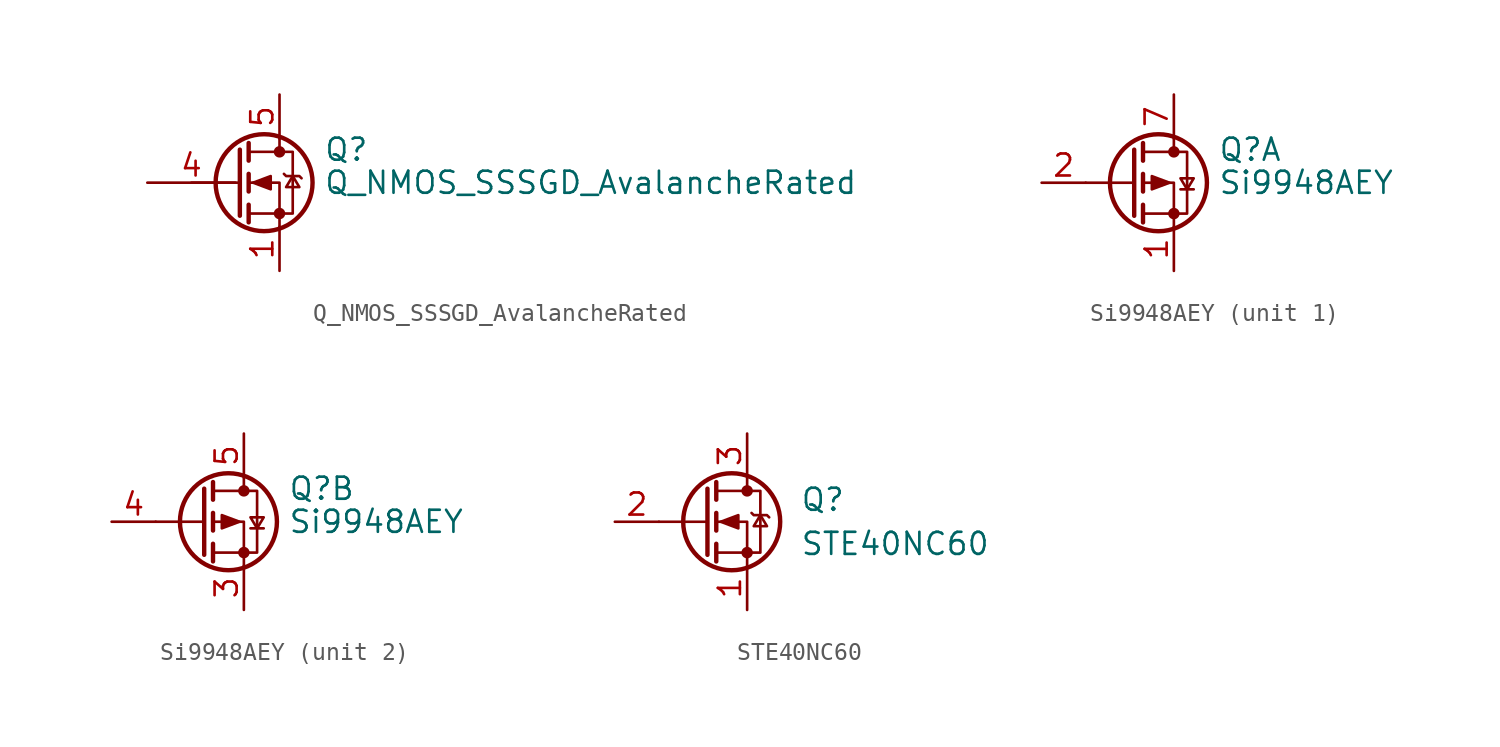
<source format=kicad_sym>
(kicad_symbol_lib
  (version 20241209)
  (generator "kicad_symbol_editor")
  (generator_version "9.0")
  (symbol "Q_NMOS_SSSGD_AvalancheRated"
    (pin_names
      (offset 0)
      (hide yes))
    (property "Reference" "Q"
      (at 5.08 1.905 0)
      (effects (font (size 1.27 1.27)) (justify left)))
    (property "Value" "Q_NMOS_SSSGD_AvalancheRated"
      (at 5.08 0 0)
      (effects (font (size 1.27 1.27)) (justify left)))
    (symbol "Q_NMOS_SSSGD_AvalancheRated_0_1"
      (polyline (pts (xy 0.254 1.905) (xy 0.254 -1.905)) (stroke (width 0.254) (type default)) (fill (type none)))
      (polyline (pts (xy 0.254 0) (xy -2.54 0)) (stroke (width 0) (type default)) (fill (type none)))
      (polyline (pts (xy 0.762 2.286) (xy 0.762 1.27)) (stroke (width 0.254) (type default)) (fill (type none)))
      (polyline (pts (xy 0.762 0.508) (xy 0.762 -0.508)) (stroke (width 0.254) (type default)) (fill (type none)))
      (polyline (pts (xy 0.762 -1.27) (xy 0.762 -2.286)) (stroke (width 0.254) (type default)) (fill (type none)))
      (polyline (pts (xy 0.762 -1.778) (xy 3.302 -1.778) (xy 3.302 1.778) (xy 0.762 1.778)) (stroke (width 0) (type default)) (fill (type none)))
      (polyline (pts (xy 1.016 0) (xy 2.032 0.381) (xy 2.032 -0.381) (xy 1.016 0)) (stroke (width 0) (type default)) (fill (type outline)))
      (circle (center 1.651 0) (radius 2.794) (stroke (width 0.254) (type default)) (fill (type none)))
      (polyline (pts (xy 2.54 2.54) (xy 2.54 1.778)) (stroke (width 0) (type default)) (fill (type none)))
      (circle (center 2.54 1.778) (radius 0.254) (stroke (width 0) (type default)) (fill (type outline)))
      (circle (center 2.54 -1.778) (radius 0.254) (stroke (width 0) (type default)) (fill (type outline)))
      (polyline (pts (xy 2.54 -2.54) (xy 2.54 0) (xy 0.762 0)) (stroke (width 0) (type default)) (fill (type none)))
      (polyline (pts (xy 2.794 0.508) (xy 2.921 0.381) (xy 3.683 0.381) (xy 3.81 0.254)) (stroke (width 0) (type default)) (fill (type none)))
      (polyline (pts (xy 3.302 0.381) (xy 2.921 -0.254) (xy 3.683 -0.254) (xy 3.302 0.381)) (stroke (width 0) (type default)) (fill (type none))))
    (symbol "Q_NMOS_SSSGD_AvalancheRated_1_1"
      (pin input line (at -5.08 0 0) (length 5.08) (name "G" (effects (font (size 1.27 1.27)))) (number "4" (effects (font (size 1.27 1.27)))))
      (pin passive line (at 2.54 5.08 270) (length 2.54) (name "D" (effects (font (size 1.27 1.27)))) (number "5" (effects (font (size 1.27 1.27)))))
      (pin passive line (at 2.54 -5.08 90) (length 2.54) (name "S" (effects (font (size 1.27 1.27)))) (number "1" (effects (font (size 1.27 1.27)))))
      (pin passive line (at 2.54 -5.08 90) (length 2.54) (hide yes) (name "S" (effects (font (size 1.27 1.27)))) (number "2" (effects (font (size 1.27 1.27)))))
      (pin passive line (at 2.54 -5.08 90) (length 2.54) (hide yes) (name "S" (effects (font (size 1.27 1.27)))) (number "3" (effects (font (size 1.27 1.27)))))))
  (symbol "Si9948AEY"
    (pin_names
      (hide yes))
    (property "Reference" "Q"
      (at 5.08 1.905 0)
      (effects (font (size 1.27 1.27)) (justify left)))
    (property "Value" "Si9948AEY"
      (at 5.08 0 0)
      (effects (font (size 1.27 1.27)) (justify left)))
    (symbol "Si9948AEY_0_1"
      (polyline (pts (xy 0.254 1.905) (xy 0.254 -1.905)) (stroke (width 0.254) (type default)) (fill (type none)))
      (polyline (pts (xy 0.254 0) (xy -2.54 0)) (stroke (width 0) (type default)) (fill (type none)))
      (polyline (pts (xy 0.762 2.286) (xy 0.762 1.27)) (stroke (width 0.254) (type default)) (fill (type none)))
      (polyline (pts (xy 0.762 1.778) (xy 3.302 1.778) (xy 3.302 -1.778) (xy 0.762 -1.778)) (stroke (width 0) (type default)) (fill (type none)))
      (polyline (pts (xy 0.762 0.508) (xy 0.762 -0.508)) (stroke (width 0.254) (type default)) (fill (type none)))
      (polyline (pts (xy 0.762 -1.27) (xy 0.762 -2.286)) (stroke (width 0.254) (type default)) (fill (type none)))
      (circle (center 1.651 0) (radius 2.794) (stroke (width 0.254) (type default)) (fill (type none)))
      (polyline (pts (xy 2.286 0) (xy 1.27 0.381) (xy 1.27 -0.381) (xy 2.286 0)) (stroke (width 0) (type default)) (fill (type outline)))
      (polyline (pts (xy 2.54 2.54) (xy 2.54 1.778)) (stroke (width 0) (type default)) (fill (type none)))
      (circle (center 2.54 1.778) (radius 0.254) (stroke (width 0) (type default)) (fill (type outline)))
      (circle (center 2.54 -1.778) (radius 0.254) (stroke (width 0) (type default)) (fill (type outline)))
      (polyline (pts (xy 2.54 -2.54) (xy 2.54 0) (xy 0.762 0)) (stroke (width 0) (type default)) (fill (type none)))
      (polyline (pts (xy 2.921 -0.381) (xy 3.683 -0.381)) (stroke (width 0) (type default)) (fill (type none)))
      (polyline (pts (xy 3.302 -0.381) (xy 2.921 0.254) (xy 3.683 0.254) (xy 3.302 -0.381)) (stroke (width 0) (type default)) (fill (type none))))
    (symbol "Si9948AEY_1_1"
      (pin input line (at -5.08 0 0) (length 2.54) (name "G1" (effects (font (size 1.27 1.27)))) (number "2" (effects (font (size 1.27 1.27)))))
      (pin passive line (at 2.54 5.08 270) (length 2.54) (name "D1" (effects (font (size 1.27 1.27)))) (number "7" (effects (font (size 1.27 1.27)))))
      (pin passive line (at 2.54 5.08 270) (length 2.54) (hide yes) (name "D1" (effects (font (size 1.27 1.27)))) (number "8" (effects (font (size 1.27 1.27)))))
      (pin passive line (at 2.54 -5.08 90) (length 2.54) (name "S1" (effects (font (size 1.27 1.27)))) (number "1" (effects (font (size 1.27 1.27))))))
    (symbol "Si9948AEY_2_1"
      (pin input line (at -5.08 0 0) (length 2.54) (name "G2" (effects (font (size 1.27 1.27)))) (number "4" (effects (font (size 1.27 1.27)))))
      (pin passive line (at 2.54 5.08 270) (length 2.54) (name "D2" (effects (font (size 1.27 1.27)))) (number "5" (effects (font (size 1.27 1.27)))))
      (pin passive line (at 2.54 5.08 270) (length 2.54) (hide yes) (name "D2" (effects (font (size 1.27 1.27)))) (number "6" (effects (font (size 1.27 1.27)))))
      (pin passive line (at 2.54 -5.08 90) (length 2.54) (name "S2" (effects (font (size 1.27 1.27)))) (number "3" (effects (font (size 1.27 1.27)))))))
  (symbol "STE40NC60"
    (pin_names
      (hide yes))
    (property "Reference" "Q"
      (at 5.588 1.27 0)
      (effects (font (size 1.27 1.27)) (justify left)))
    (property "Value" "STE40NC60"
      (at 5.588 -1.27 0)
      (effects (font (size 1.27 1.27)) (justify left)))
    (symbol "STE40NC60_0_1"
      (polyline (pts (xy 0.254 1.905) (xy 0.254 -1.905)) (stroke (width 0.254) (type default)) (fill (type none)))
      (polyline (pts (xy 0.254 0) (xy -2.54 0)) (stroke (width 0) (type default)) (fill (type none)))
      (polyline (pts (xy 0.762 2.286) (xy 0.762 1.27)) (stroke (width 0.254) (type default)) (fill (type none)))
      (polyline (pts (xy 0.762 0.508) (xy 0.762 -0.508)) (stroke (width 0.254) (type default)) (fill (type none)))
      (polyline (pts (xy 0.762 -1.27) (xy 0.762 -2.286)) (stroke (width 0.254) (type default)) (fill (type none)))
      (polyline (pts (xy 0.762 -1.778) (xy 3.302 -1.778) (xy 3.302 1.778) (xy 0.762 1.778)) (stroke (width 0) (type default)) (fill (type none)))
      (polyline (pts (xy 1.016 0) (xy 2.032 0.381) (xy 2.032 -0.381) (xy 1.016 0)) (stroke (width 0) (type default)) (fill (type outline)))
      (circle (center 1.651 0) (radius 2.794) (stroke (width 0.254) (type default)) (fill (type none)))
      (polyline (pts (xy 2.54 2.54) (xy 2.54 1.778)) (stroke (width 0) (type default)) (fill (type none)))
      (circle (center 2.54 1.778) (radius 0.254) (stroke (width 0) (type default)) (fill (type outline)))
      (circle (center 2.54 -1.778) (radius 0.254) (stroke (width 0) (type default)) (fill (type outline)))
      (polyline (pts (xy 2.54 -2.54) (xy 2.54 0) (xy 0.762 0)) (stroke (width 0) (type default)) (fill (type none)))
      (polyline (pts (xy 2.794 0.508) (xy 2.921 0.381) (xy 3.683 0.381) (xy 3.81 0.254)) (stroke (width 0) (type default)) (fill (type none)))
      (polyline (pts (xy 3.302 0.381) (xy 2.921 -0.254) (xy 3.683 -0.254) (xy 3.302 0.381)) (stroke (width 0) (type default)) (fill (type none))))
    (symbol "STE40NC60_1_1"
      (pin input line (at -5.08 0 0) (length 2.54) (name "G" (effects (font (size 1.27 1.27)))) (number "2" (effects (font (size 1.27 1.27)))))
      (pin passive line (at 2.54 5.08 270) (length 2.54) (name "D" (effects (font (size 1.27 1.27)))) (number "3" (effects (font (size 1.27 1.27)))))
      (pin passive line (at 2.54 -5.08 90) (length 2.54) (name "S" (effects (font (size 1.27 1.27)))) (number "1" (effects (font (size 1.27 1.27)))))
      (pin passive line (at 2.54 -5.08 90) (length 2.54) (hide yes) (name "S" (effects (font (size 1.27 1.27)))) (number "4" (effects (font (size 1.27 1.27))))))))
</source>
